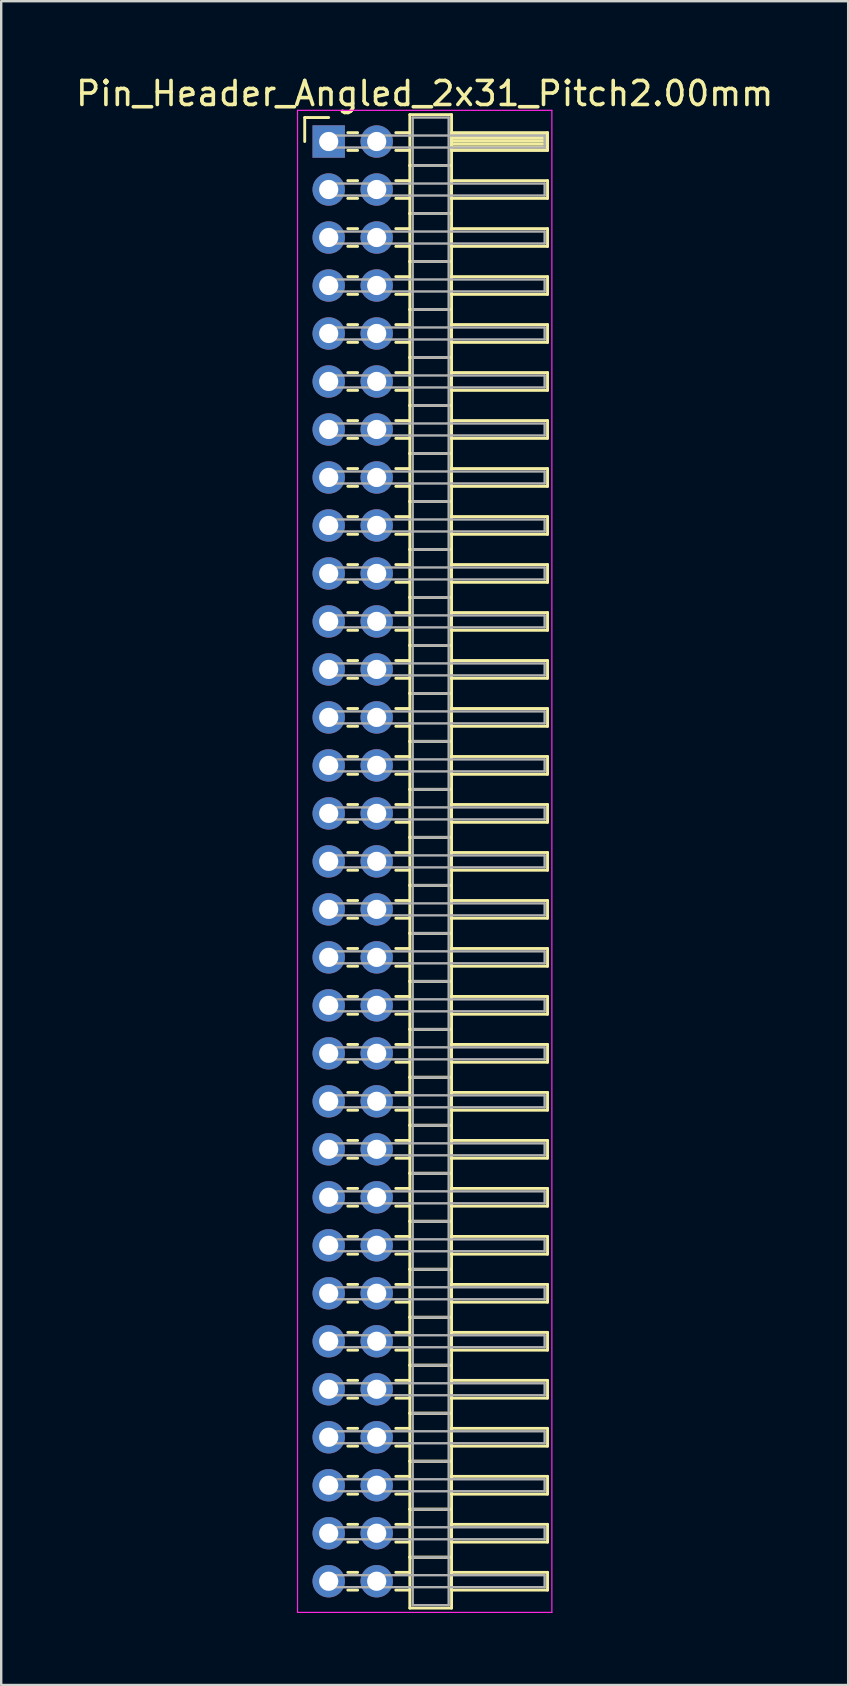
<source format=kicad_pcb>
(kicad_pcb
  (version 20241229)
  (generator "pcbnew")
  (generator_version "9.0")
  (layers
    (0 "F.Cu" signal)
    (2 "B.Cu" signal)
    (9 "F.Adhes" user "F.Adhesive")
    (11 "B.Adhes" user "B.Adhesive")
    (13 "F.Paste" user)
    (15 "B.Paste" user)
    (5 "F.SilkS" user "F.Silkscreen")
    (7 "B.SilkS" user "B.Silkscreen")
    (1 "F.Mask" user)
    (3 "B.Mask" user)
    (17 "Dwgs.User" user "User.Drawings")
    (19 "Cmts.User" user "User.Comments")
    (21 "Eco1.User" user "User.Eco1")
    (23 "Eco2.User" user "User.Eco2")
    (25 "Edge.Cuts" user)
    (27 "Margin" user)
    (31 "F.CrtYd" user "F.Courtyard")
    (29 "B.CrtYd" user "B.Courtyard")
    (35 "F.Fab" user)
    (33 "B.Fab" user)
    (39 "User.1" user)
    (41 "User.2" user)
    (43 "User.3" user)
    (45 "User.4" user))
  (footprint "Pin_Header_Angled_2x31_Pitch2.00mm"
    (layer "F.Cu")
    (at 10.649 2.848)
    (property "Reference" "Pin_Header_Angled_2x31_Pitch2.00mm" (at 4 -2 0) (layer "F.SilkS") (effects (font (size 1 1) (thickness 0.15))))
    (attr through_hole)
    (fp_line (start -1 -1) (end 0 -1) (stroke (width 0.12) (type solid)) (layer "F.SilkS"))
    (fp_line (start -1 0) (end -1 -1) (stroke (width 0.12) (type solid)) (layer "F.SilkS"))
    (fp_line (start 0.795 -0.37) (end 1.205 -0.37) (stroke (width 0.12) (type solid)) (layer "F.SilkS"))
    (fp_line (start 0.795 0.37) (end 1.205 0.37) (stroke (width 0.12) (type solid)) (layer "F.SilkS"))
    (fp_line (start 0.795 1.63) (end 1.205 1.63) (stroke (width 0.12) (type solid)) (layer "F.SilkS"))
    (fp_line (start 0.795 2.37) (end 1.205 2.37) (stroke (width 0.12) (type solid)) (layer "F.SilkS"))
    (fp_line (start 0.795 3.63) (end 1.205 3.63) (stroke (width 0.12) (type solid)) (layer "F.SilkS"))
    (fp_line (start 0.795 4.37) (end 1.205 4.37) (stroke (width 0.12) (type solid)) (layer "F.SilkS"))
    (fp_line (start 0.795 5.63) (end 1.205 5.63) (stroke (width 0.12) (type solid)) (layer "F.SilkS"))
    (fp_line (start 0.795 6.37) (end 1.205 6.37) (stroke (width 0.12) (type solid)) (layer "F.SilkS"))
    (fp_line (start 0.795 7.63) (end 1.205 7.63) (stroke (width 0.12) (type solid)) (layer "F.SilkS"))
    (fp_line (start 0.795 8.37) (end 1.205 8.37) (stroke (width 0.12) (type solid)) (layer "F.SilkS"))
    (fp_line (start 0.795 9.63) (end 1.205 9.63) (stroke (width 0.12) (type solid)) (layer "F.SilkS"))
    (fp_line (start 0.795 10.37) (end 1.205 10.37) (stroke (width 0.12) (type solid)) (layer "F.SilkS"))
    (fp_line (start 0.795 11.63) (end 1.205 11.63) (stroke (width 0.12) (type solid)) (layer "F.SilkS"))
    (fp_line (start 0.795 12.37) (end 1.205 12.37) (stroke (width 0.12) (type solid)) (layer "F.SilkS"))
    (fp_line (start 0.795 13.63) (end 1.205 13.63) (stroke (width 0.12) (type solid)) (layer "F.SilkS"))
    (fp_line (start 0.795 14.37) (end 1.205 14.37) (stroke (width 0.12) (type solid)) (layer "F.SilkS"))
    (fp_line (start 0.795 15.63) (end 1.205 15.63) (stroke (width 0.12) (type solid)) (layer "F.SilkS"))
    (fp_line (start 0.795 16.37) (end 1.205 16.37) (stroke (width 0.12) (type solid)) (layer "F.SilkS"))
    (fp_line (start 0.795 17.63) (end 1.205 17.63) (stroke (width 0.12) (type solid)) (layer "F.SilkS"))
    (fp_line (start 0.795 18.37) (end 1.205 18.37) (stroke (width 0.12) (type solid)) (layer "F.SilkS"))
    (fp_line (start 0.795 19.63) (end 1.205 19.63) (stroke (width 0.12) (type solid)) (layer "F.SilkS"))
    (fp_line (start 0.795 20.37) (end 1.205 20.37) (stroke (width 0.12) (type solid)) (layer "F.SilkS"))
    (fp_line (start 0.795 21.63) (end 1.205 21.63) (stroke (width 0.12) (type solid)) (layer "F.SilkS"))
    (fp_line (start 0.795 22.37) (end 1.205 22.37) (stroke (width 0.12) (type solid)) (layer "F.SilkS"))
    (fp_line (start 0.795 23.63) (end 1.205 23.63) (stroke (width 0.12) (type solid)) (layer "F.SilkS"))
    (fp_line (start 0.795 24.37) (end 1.205 24.37) (stroke (width 0.12) (type solid)) (layer "F.SilkS"))
    (fp_line (start 0.795 25.63) (end 1.205 25.63) (stroke (width 0.12) (type solid)) (layer "F.SilkS"))
    (fp_line (start 0.795 26.37) (end 1.205 26.37) (stroke (width 0.12) (type solid)) (layer "F.SilkS"))
    (fp_line (start 0.795 27.63) (end 1.205 27.63) (stroke (width 0.12) (type solid)) (layer "F.SilkS"))
    (fp_line (start 0.795 28.37) (end 1.205 28.37) (stroke (width 0.12) (type solid)) (layer "F.SilkS"))
    (fp_line (start 0.795 29.63) (end 1.205 29.63) (stroke (width 0.12) (type solid)) (layer "F.SilkS"))
    (fp_line (start 0.795 30.37) (end 1.205 30.37) (stroke (width 0.12) (type solid)) (layer "F.SilkS"))
    (fp_line (start 0.795 31.63) (end 1.205 31.63) (stroke (width 0.12) (type solid)) (layer "F.SilkS"))
    (fp_line (start 0.795 32.37) (end 1.205 32.37) (stroke (width 0.12) (type solid)) (layer "F.SilkS"))
    (fp_line (start 0.795 33.63) (end 1.205 33.63) (stroke (width 0.12) (type solid)) (layer "F.SilkS"))
    (fp_line (start 0.795 34.37) (end 1.205 34.37) (stroke (width 0.12) (type solid)) (layer "F.SilkS"))
    (fp_line (start 0.795 35.63) (end 1.205 35.63) (stroke (width 0.12) (type solid)) (layer "F.SilkS"))
    (fp_line (start 0.795 36.37) (end 1.205 36.37) (stroke (width 0.12) (type solid)) (layer "F.SilkS"))
    (fp_line (start 0.795 37.63) (end 1.205 37.63) (stroke (width 0.12) (type solid)) (layer "F.SilkS"))
    (fp_line (start 0.795 38.37) (end 1.205 38.37) (stroke (width 0.12) (type solid)) (layer "F.SilkS"))
    (fp_line (start 0.795 39.63) (end 1.205 39.63) (stroke (width 0.12) (type solid)) (layer "F.SilkS"))
    (fp_line (start 0.795 40.37) (end 1.205 40.37) (stroke (width 0.12) (type solid)) (layer "F.SilkS"))
    (fp_line (start 0.795 41.63) (end 1.205 41.63) (stroke (width 0.12) (type solid)) (layer "F.SilkS"))
    (fp_line (start 0.795 42.37) (end 1.205 42.37) (stroke (width 0.12) (type solid)) (layer "F.SilkS"))
    (fp_line (start 0.795 43.63) (end 1.205 43.63) (stroke (width 0.12) (type solid)) (layer "F.SilkS"))
    (fp_line (start 0.795 44.37) (end 1.205 44.37) (stroke (width 0.12) (type solid)) (layer "F.SilkS"))
    (fp_line (start 0.795 45.63) (end 1.205 45.63) (stroke (width 0.12) (type solid)) (layer "F.SilkS"))
    (fp_line (start 0.795 46.37) (end 1.205 46.37) (stroke (width 0.12) (type solid)) (layer "F.SilkS"))
    (fp_line (start 0.795 47.63) (end 1.205 47.63) (stroke (width 0.12) (type solid)) (layer "F.SilkS"))
    (fp_line (start 0.795 48.37) (end 1.205 48.37) (stroke (width 0.12) (type solid)) (layer "F.SilkS"))
    (fp_line (start 0.795 49.63) (end 1.205 49.63) (stroke (width 0.12) (type solid)) (layer "F.SilkS"))
    (fp_line (start 0.795 50.37) (end 1.205 50.37) (stroke (width 0.12) (type solid)) (layer "F.SilkS"))
    (fp_line (start 0.795 51.63) (end 1.205 51.63) (stroke (width 0.12) (type solid)) (layer "F.SilkS"))
    (fp_line (start 0.795 52.37) (end 1.205 52.37) (stroke (width 0.12) (type solid)) (layer "F.SilkS"))
    (fp_line (start 0.795 53.63) (end 1.205 53.63) (stroke (width 0.12) (type solid)) (layer "F.SilkS"))
    (fp_line (start 0.795 54.37) (end 1.205 54.37) (stroke (width 0.12) (type solid)) (layer "F.SilkS"))
    (fp_line (start 0.795 55.63) (end 1.205 55.63) (stroke (width 0.12) (type solid)) (layer "F.SilkS"))
    (fp_line (start 0.795 56.37) (end 1.205 56.37) (stroke (width 0.12) (type solid)) (layer "F.SilkS"))
    (fp_line (start 0.795 57.63) (end 1.205 57.63) (stroke (width 0.12) (type solid)) (layer "F.SilkS"))
    (fp_line (start 0.795 58.37) (end 1.205 58.37) (stroke (width 0.12) (type solid)) (layer "F.SilkS"))
    (fp_line (start 0.795 59.63) (end 1.205 59.63) (stroke (width 0.12) (type solid)) (layer "F.SilkS"))
    (fp_line (start 0.795 60.37) (end 1.205 60.37) (stroke (width 0.12) (type solid)) (layer "F.SilkS"))
    (fp_line (start 2.795 -0.37) (end 3.38 -0.37) (stroke (width 0.12) (type solid)) (layer "F.SilkS"))
    (fp_line (start 2.795 0.37) (end 3.38 0.37) (stroke (width 0.12) (type solid)) (layer "F.SilkS"))
    (fp_line (start 2.795 1.63) (end 3.38 1.63) (stroke (width 0.12) (type solid)) (layer "F.SilkS"))
    (fp_line (start 2.795 2.37) (end 3.38 2.37) (stroke (width 0.12) (type solid)) (layer "F.SilkS"))
    (fp_line (start 2.795 3.63) (end 3.38 3.63) (stroke (width 0.12) (type solid)) (layer "F.SilkS"))
    (fp_line (start 2.795 4.37) (end 3.38 4.37) (stroke (width 0.12) (type solid)) (layer "F.SilkS"))
    (fp_line (start 2.795 5.63) (end 3.38 5.63) (stroke (width 0.12) (type solid)) (layer "F.SilkS"))
    (fp_line (start 2.795 6.37) (end 3.38 6.37) (stroke (width 0.12) (type solid)) (layer "F.SilkS"))
    (fp_line (start 2.795 7.63) (end 3.38 7.63) (stroke (width 0.12) (type solid)) (layer "F.SilkS"))
    (fp_line (start 2.795 8.37) (end 3.38 8.37) (stroke (width 0.12) (type solid)) (layer "F.SilkS"))
    (fp_line (start 2.795 9.63) (end 3.38 9.63) (stroke (width 0.12) (type solid)) (layer "F.SilkS"))
    (fp_line (start 2.795 10.37) (end 3.38 10.37) (stroke (width 0.12) (type solid)) (layer "F.SilkS"))
    (fp_line (start 2.795 11.63) (end 3.38 11.63) (stroke (width 0.12) (type solid)) (layer "F.SilkS"))
    (fp_line (start 2.795 12.37) (end 3.38 12.37) (stroke (width 0.12) (type solid)) (layer "F.SilkS"))
    (fp_line (start 2.795 13.63) (end 3.38 13.63) (stroke (width 0.12) (type solid)) (layer "F.SilkS"))
    (fp_line (start 2.795 14.37) (end 3.38 14.37) (stroke (width 0.12) (type solid)) (layer "F.SilkS"))
    (fp_line (start 2.795 15.63) (end 3.38 15.63) (stroke (width 0.12) (type solid)) (layer "F.SilkS"))
    (fp_line (start 2.795 16.37) (end 3.38 16.37) (stroke (width 0.12) (type solid)) (layer "F.SilkS"))
    (fp_line (start 2.795 17.63) (end 3.38 17.63) (stroke (width 0.12) (type solid)) (layer "F.SilkS"))
    (fp_line (start 2.795 18.37) (end 3.38 18.37) (stroke (width 0.12) (type solid)) (layer "F.SilkS"))
    (fp_line (start 2.795 19.63) (end 3.38 19.63) (stroke (width 0.12) (type solid)) (layer "F.SilkS"))
    (fp_line (start 2.795 20.37) (end 3.38 20.37) (stroke (width 0.12) (type solid)) (layer "F.SilkS"))
    (fp_line (start 2.795 21.63) (end 3.38 21.63) (stroke (width 0.12) (type solid)) (layer "F.SilkS"))
    (fp_line (start 2.795 22.37) (end 3.38 22.37) (stroke (width 0.12) (type solid)) (layer "F.SilkS"))
    (fp_line (start 2.795 23.63) (end 3.38 23.63) (stroke (width 0.12) (type solid)) (layer "F.SilkS"))
    (fp_line (start 2.795 24.37) (end 3.38 24.37) (stroke (width 0.12) (type solid)) (layer "F.SilkS"))
    (fp_line (start 2.795 25.63) (end 3.38 25.63) (stroke (width 0.12) (type solid)) (layer "F.SilkS"))
    (fp_line (start 2.795 26.37) (end 3.38 26.37) (stroke (width 0.12) (type solid)) (layer "F.SilkS"))
    (fp_line (start 2.795 27.63) (end 3.38 27.63) (stroke (width 0.12) (type solid)) (layer "F.SilkS"))
    (fp_line (start 2.795 28.37) (end 3.38 28.37) (stroke (width 0.12) (type solid)) (layer "F.SilkS"))
    (fp_line (start 2.795 29.63) (end 3.38 29.63) (stroke (width 0.12) (type solid)) (layer "F.SilkS"))
    (fp_line (start 2.795 30.37) (end 3.38 30.37) (stroke (width 0.12) (type solid)) (layer "F.SilkS"))
    (fp_line (start 2.795 31.63) (end 3.38 31.63) (stroke (width 0.12) (type solid)) (layer "F.SilkS"))
    (fp_line (start 2.795 32.37) (end 3.38 32.37) (stroke (width 0.12) (type solid)) (layer "F.SilkS"))
    (fp_line (start 2.795 33.63) (end 3.38 33.63) (stroke (width 0.12) (type solid)) (layer "F.SilkS"))
    (fp_line (start 2.795 34.37) (end 3.38 34.37) (stroke (width 0.12) (type solid)) (layer "F.SilkS"))
    (fp_line (start 2.795 35.63) (end 3.38 35.63) (stroke (width 0.12) (type solid)) (layer "F.SilkS"))
    (fp_line (start 2.795 36.37) (end 3.38 36.37) (stroke (width 0.12) (type solid)) (layer "F.SilkS"))
    (fp_line (start 2.795 37.63) (end 3.38 37.63) (stroke (width 0.12) (type solid)) (layer "F.SilkS"))
    (fp_line (start 2.795 38.37) (end 3.38 38.37) (stroke (width 0.12) (type solid)) (layer "F.SilkS"))
    (fp_line (start 2.795 39.63) (end 3.38 39.63) (stroke (width 0.12) (type solid)) (layer "F.SilkS"))
    (fp_line (start 2.795 40.37) (end 3.38 40.37) (stroke (width 0.12) (type solid)) (layer "F.SilkS"))
    (fp_line (start 2.795 41.63) (end 3.38 41.63) (stroke (width 0.12) (type solid)) (layer "F.SilkS"))
    (fp_line (start 2.795 42.37) (end 3.38 42.37) (stroke (width 0.12) (type solid)) (layer "F.SilkS"))
    (fp_line (start 2.795 43.63) (end 3.38 43.63) (stroke (width 0.12) (type solid)) (layer "F.SilkS"))
    (fp_line (start 2.795 44.37) (end 3.38 44.37) (stroke (width 0.12) (type solid)) (layer "F.SilkS"))
    (fp_line (start 2.795 45.63) (end 3.38 45.63) (stroke (width 0.12) (type solid)) (layer "F.SilkS"))
    (fp_line (start 2.795 46.37) (end 3.38 46.37) (stroke (width 0.12) (type solid)) (layer "F.SilkS"))
    (fp_line (start 2.795 47.63) (end 3.38 47.63) (stroke (width 0.12) (type solid)) (layer "F.SilkS"))
    (fp_line (start 2.795 48.37) (end 3.38 48.37) (stroke (width 0.12) (type solid)) (layer "F.SilkS"))
    (fp_line (start 2.795 49.63) (end 3.38 49.63) (stroke (width 0.12) (type solid)) (layer "F.SilkS"))
    (fp_line (start 2.795 50.37) (end 3.38 50.37) (stroke (width 0.12) (type solid)) (layer "F.SilkS"))
    (fp_line (start 2.795 51.63) (end 3.38 51.63) (stroke (width 0.12) (type solid)) (layer "F.SilkS"))
    (fp_line (start 2.795 52.37) (end 3.38 52.37) (stroke (width 0.12) (type solid)) (layer "F.SilkS"))
    (fp_line (start 2.795 53.63) (end 3.38 53.63) (stroke (width 0.12) (type solid)) (layer "F.SilkS"))
    (fp_line (start 2.795 54.37) (end 3.38 54.37) (stroke (width 0.12) (type solid)) (layer "F.SilkS"))
    (fp_line (start 2.795 55.63) (end 3.38 55.63) (stroke (width 0.12) (type solid)) (layer "F.SilkS"))
    (fp_line (start 2.795 56.37) (end 3.38 56.37) (stroke (width 0.12) (type solid)) (layer "F.SilkS"))
    (fp_line (start 2.795 57.63) (end 3.38 57.63) (stroke (width 0.12) (type solid)) (layer "F.SilkS"))
    (fp_line (start 2.795 58.37) (end 3.38 58.37) (stroke (width 0.12) (type solid)) (layer "F.SilkS"))
    (fp_line (start 2.795 59.63) (end 3.38 59.63) (stroke (width 0.12) (type solid)) (layer "F.SilkS"))
    (fp_line (start 2.795 60.37) (end 3.38 60.37) (stroke (width 0.12) (type solid)) (layer "F.SilkS"))
    (fp_line (start 3.38 -1.12) (end 3.38 1) (stroke (width 0.12) (type solid)) (layer "F.SilkS"))
    (fp_line (start 3.38 1) (end 3.38 3) (stroke (width 0.12) (type solid)) (layer "F.SilkS"))
    (fp_line (start 3.38 1) (end 5.12 1) (stroke (width 0.12) (type solid)) (layer "F.SilkS"))
    (fp_line (start 3.38 3) (end 3.38 5) (stroke (width 0.12) (type solid)) (layer "F.SilkS"))
    (fp_line (start 3.38 3) (end 5.12 3) (stroke (width 0.12) (type solid)) (layer "F.SilkS"))
    (fp_line (start 3.38 5) (end 3.38 7) (stroke (width 0.12) (type solid)) (layer "F.SilkS"))
    (fp_line (start 3.38 5) (end 5.12 5) (stroke (width 0.12) (type solid)) (layer "F.SilkS"))
    (fp_line (start 3.38 7) (end 3.38 9) (stroke (width 0.12) (type solid)) (layer "F.SilkS"))
    (fp_line (start 3.38 7) (end 5.12 7) (stroke (width 0.12) (type solid)) (layer "F.SilkS"))
    (fp_line (start 3.38 9) (end 3.38 11) (stroke (width 0.12) (type solid)) (layer "F.SilkS"))
    (fp_line (start 3.38 9) (end 5.12 9) (stroke (width 0.12) (type solid)) (layer "F.SilkS"))
    (fp_line (start 3.38 11) (end 3.38 13) (stroke (width 0.12) (type solid)) (layer "F.SilkS"))
    (fp_line (start 3.38 11) (end 5.12 11) (stroke (width 0.12) (type solid)) (layer "F.SilkS"))
    (fp_line (start 3.38 13) (end 3.38 15) (stroke (width 0.12) (type solid)) (layer "F.SilkS"))
    (fp_line (start 3.38 13) (end 5.12 13) (stroke (width 0.12) (type solid)) (layer "F.SilkS"))
    (fp_line (start 3.38 15) (end 3.38 17) (stroke (width 0.12) (type solid)) (layer "F.SilkS"))
    (fp_line (start 3.38 15) (end 5.12 15) (stroke (width 0.12) (type solid)) (layer "F.SilkS"))
    (fp_line (start 3.38 17) (end 3.38 19) (stroke (width 0.12) (type solid)) (layer "F.SilkS"))
    (fp_line (start 3.38 17) (end 5.12 17) (stroke (width 0.12) (type solid)) (layer "F.SilkS"))
    (fp_line (start 3.38 19) (end 3.38 21) (stroke (width 0.12) (type solid)) (layer "F.SilkS"))
    (fp_line (start 3.38 19) (end 5.12 19) (stroke (width 0.12) (type solid)) (layer "F.SilkS"))
    (fp_line (start 3.38 21) (end 3.38 23) (stroke (width 0.12) (type solid)) (layer "F.SilkS"))
    (fp_line (start 3.38 21) (end 5.12 21) (stroke (width 0.12) (type solid)) (layer "F.SilkS"))
    (fp_line (start 3.38 23) (end 3.38 25) (stroke (width 0.12) (type solid)) (layer "F.SilkS"))
    (fp_line (start 3.38 23) (end 5.12 23) (stroke (width 0.12) (type solid)) (layer "F.SilkS"))
    (fp_line (start 3.38 25) (end 3.38 27) (stroke (width 0.12) (type solid)) (layer "F.SilkS"))
    (fp_line (start 3.38 25) (end 5.12 25) (stroke (width 0.12) (type solid)) (layer "F.SilkS"))
    (fp_line (start 3.38 27) (end 3.38 29) (stroke (width 0.12) (type solid)) (layer "F.SilkS"))
    (fp_line (start 3.38 27) (end 5.12 27) (stroke (width 0.12) (type solid)) (layer "F.SilkS"))
    (fp_line (start 3.38 29) (end 3.38 31) (stroke (width 0.12) (type solid)) (layer "F.SilkS"))
    (fp_line (start 3.38 29) (end 5.12 29) (stroke (width 0.12) (type solid)) (layer "F.SilkS"))
    (fp_line (start 3.38 31) (end 3.38 33) (stroke (width 0.12) (type solid)) (layer "F.SilkS"))
    (fp_line (start 3.38 31) (end 5.12 31) (stroke (width 0.12) (type solid)) (layer "F.SilkS"))
    (fp_line (start 3.38 33) (end 3.38 35) (stroke (width 0.12) (type solid)) (layer "F.SilkS"))
    (fp_line (start 3.38 33) (end 5.12 33) (stroke (width 0.12) (type solid)) (layer "F.SilkS"))
    (fp_line (start 3.38 35) (end 3.38 37) (stroke (width 0.12) (type solid)) (layer "F.SilkS"))
    (fp_line (start 3.38 35) (end 5.12 35) (stroke (width 0.12) (type solid)) (layer "F.SilkS"))
    (fp_line (start 3.38 37) (end 3.38 39) (stroke (width 0.12) (type solid)) (layer "F.SilkS"))
    (fp_line (start 3.38 37) (end 5.12 37) (stroke (width 0.12) (type solid)) (layer "F.SilkS"))
    (fp_line (start 3.38 39) (end 3.38 41) (stroke (width 0.12) (type solid)) (layer "F.SilkS"))
    (fp_line (start 3.38 39) (end 5.12 39) (stroke (width 0.12) (type solid)) (layer "F.SilkS"))
    (fp_line (start 3.38 41) (end 3.38 43) (stroke (width 0.12) (type solid)) (layer "F.SilkS"))
    (fp_line (start 3.38 41) (end 5.12 41) (stroke (width 0.12) (type solid)) (layer "F.SilkS"))
    (fp_line (start 3.38 43) (end 3.38 45) (stroke (width 0.12) (type solid)) (layer "F.SilkS"))
    (fp_line (start 3.38 43) (end 5.12 43) (stroke (width 0.12) (type solid)) (layer "F.SilkS"))
    (fp_line (start 3.38 45) (end 3.38 47) (stroke (width 0.12) (type solid)) (layer "F.SilkS"))
    (fp_line (start 3.38 45) (end 5.12 45) (stroke (width 0.12) (type solid)) (layer "F.SilkS"))
    (fp_line (start 3.38 47) (end 3.38 49) (stroke (width 0.12) (type solid)) (layer "F.SilkS"))
    (fp_line (start 3.38 47) (end 5.12 47) (stroke (width 0.12) (type solid)) (layer "F.SilkS"))
    (fp_line (start 3.38 49) (end 3.38 51) (stroke (width 0.12) (type solid)) (layer "F.SilkS"))
    (fp_line (start 3.38 49) (end 5.12 49) (stroke (width 0.12) (type solid)) (layer "F.SilkS"))
    (fp_line (start 3.38 51) (end 3.38 53) (stroke (width 0.12) (type solid)) (layer "F.SilkS"))
    (fp_line (start 3.38 51) (end 5.12 51) (stroke (width 0.12) (type solid)) (layer "F.SilkS"))
    (fp_line (start 3.38 53) (end 3.38 55) (stroke (width 0.12) (type solid)) (layer "F.SilkS"))
    (fp_line (start 3.38 53) (end 5.12 53) (stroke (width 0.12) (type solid)) (layer "F.SilkS"))
    (fp_line (start 3.38 55) (end 3.38 57) (stroke (width 0.12) (type solid)) (layer "F.SilkS"))
    (fp_line (start 3.38 55) (end 5.12 55) (stroke (width 0.12) (type solid)) (layer "F.SilkS"))
    (fp_line (start 3.38 57) (end 3.38 59) (stroke (width 0.12) (type solid)) (layer "F.SilkS"))
    (fp_line (start 3.38 57) (end 5.12 57) (stroke (width 0.12) (type solid)) (layer "F.SilkS"))
    (fp_line (start 3.38 59) (end 3.38 61.12) (stroke (width 0.12) (type solid)) (layer "F.SilkS"))
    (fp_line (start 3.38 59) (end 5.12 59) (stroke (width 0.12) (type solid)) (layer "F.SilkS"))
    (fp_line (start 3.38 61.12) (end 5.12 61.12) (stroke (width 0.12) (type solid)) (layer "F.SilkS"))
    (fp_line (start 5.12 -1.12) (end 3.38 -1.12) (stroke (width 0.12) (type solid)) (layer "F.SilkS"))
    (fp_line (start 5.12 -0.37) (end 5.12 0.37) (stroke (width 0.12) (type solid)) (layer "F.SilkS"))
    (fp_line (start 5.12 -0.25) (end 9.12 -0.25) (stroke (width 0.12) (type solid)) (layer "F.SilkS"))
    (fp_line (start 5.12 -0.13) (end 9.12 -0.13) (stroke (width 0.12) (type solid)) (layer "F.SilkS"))
    (fp_line (start 5.12 -0.01) (end 9.12 -0.01) (stroke (width 0.12) (type solid)) (layer "F.SilkS"))
    (fp_line (start 5.12 0.11) (end 9.12 0.11) (stroke (width 0.12) (type solid)) (layer "F.SilkS"))
    (fp_line (start 5.12 0.23) (end 9.12 0.23) (stroke (width 0.12) (type solid)) (layer "F.SilkS"))
    (fp_line (start 5.12 0.35) (end 9.12 0.35) (stroke (width 0.12) (type solid)) (layer "F.SilkS"))
    (fp_line (start 5.12 0.37) (end 9.12 0.37) (stroke (width 0.12) (type solid)) (layer "F.SilkS"))
    (fp_line (start 5.12 1) (end 3.38 1) (stroke (width 0.12) (type solid)) (layer "F.SilkS"))
    (fp_line (start 5.12 1) (end 5.12 -1.12) (stroke (width 0.12) (type solid)) (layer "F.SilkS"))
    (fp_line (start 5.12 1.63) (end 5.12 2.37) (stroke (width 0.12) (type solid)) (layer "F.SilkS"))
    (fp_line (start 5.12 2.37) (end 9.12 2.37) (stroke (width 0.12) (type solid)) (layer "F.SilkS"))
    (fp_line (start 5.12 3) (end 3.38 3) (stroke (width 0.12) (type solid)) (layer "F.SilkS"))
    (fp_line (start 5.12 3) (end 5.12 1) (stroke (width 0.12) (type solid)) (layer "F.SilkS"))
    (fp_line (start 5.12 3.63) (end 5.12 4.37) (stroke (width 0.12) (type solid)) (layer "F.SilkS"))
    (fp_line (start 5.12 4.37) (end 9.12 4.37) (stroke (width 0.12) (type solid)) (layer "F.SilkS"))
    (fp_line (start 5.12 5) (end 3.38 5) (stroke (width 0.12) (type solid)) (layer "F.SilkS"))
    (fp_line (start 5.12 5) (end 5.12 3) (stroke (width 0.12) (type solid)) (layer "F.SilkS"))
    (fp_line (start 5.12 5.63) (end 5.12 6.37) (stroke (width 0.12) (type solid)) (layer "F.SilkS"))
    (fp_line (start 5.12 6.37) (end 9.12 6.37) (stroke (width 0.12) (type solid)) (layer "F.SilkS"))
    (fp_line (start 5.12 7) (end 3.38 7) (stroke (width 0.12) (type solid)) (layer "F.SilkS"))
    (fp_line (start 5.12 7) (end 5.12 5) (stroke (width 0.12) (type solid)) (layer "F.SilkS"))
    (fp_line (start 5.12 7.63) (end 5.12 8.37) (stroke (width 0.12) (type solid)) (layer "F.SilkS"))
    (fp_line (start 5.12 8.37) (end 9.12 8.37) (stroke (width 0.12) (type solid)) (layer "F.SilkS"))
    (fp_line (start 5.12 9) (end 3.38 9) (stroke (width 0.12) (type solid)) (layer "F.SilkS"))
    (fp_line (start 5.12 9) (end 5.12 7) (stroke (width 0.12) (type solid)) (layer "F.SilkS"))
    (fp_line (start 5.12 9.63) (end 5.12 10.37) (stroke (width 0.12) (type solid)) (layer "F.SilkS"))
    (fp_line (start 5.12 10.37) (end 9.12 10.37) (stroke (width 0.12) (type solid)) (layer "F.SilkS"))
    (fp_line (start 5.12 11) (end 3.38 11) (stroke (width 0.12) (type solid)) (layer "F.SilkS"))
    (fp_line (start 5.12 11) (end 5.12 9) (stroke (width 0.12) (type solid)) (layer "F.SilkS"))
    (fp_line (start 5.12 11.63) (end 5.12 12.37) (stroke (width 0.12) (type solid)) (layer "F.SilkS"))
    (fp_line (start 5.12 12.37) (end 9.12 12.37) (stroke (width 0.12) (type solid)) (layer "F.SilkS"))
    (fp_line (start 5.12 13) (end 3.38 13) (stroke (width 0.12) (type solid)) (layer "F.SilkS"))
    (fp_line (start 5.12 13) (end 5.12 11) (stroke (width 0.12) (type solid)) (layer "F.SilkS"))
    (fp_line (start 5.12 13.63) (end 5.12 14.37) (stroke (width 0.12) (type solid)) (layer "F.SilkS"))
    (fp_line (start 5.12 14.37) (end 9.12 14.37) (stroke (width 0.12) (type solid)) (layer "F.SilkS"))
    (fp_line (start 5.12 15) (end 3.38 15) (stroke (width 0.12) (type solid)) (layer "F.SilkS"))
    (fp_line (start 5.12 15) (end 5.12 13) (stroke (width 0.12) (type solid)) (layer "F.SilkS"))
    (fp_line (start 5.12 15.63) (end 5.12 16.37) (stroke (width 0.12) (type solid)) (layer "F.SilkS"))
    (fp_line (start 5.12 16.37) (end 9.12 16.37) (stroke (width 0.12) (type solid)) (layer "F.SilkS"))
    (fp_line (start 5.12 17) (end 3.38 17) (stroke (width 0.12) (type solid)) (layer "F.SilkS"))
    (fp_line (start 5.12 17) (end 5.12 15) (stroke (width 0.12) (type solid)) (layer "F.SilkS"))
    (fp_line (start 5.12 17.63) (end 5.12 18.37) (stroke (width 0.12) (type solid)) (layer "F.SilkS"))
    (fp_line (start 5.12 18.37) (end 9.12 18.37) (stroke (width 0.12) (type solid)) (layer "F.SilkS"))
    (fp_line (start 5.12 19) (end 3.38 19) (stroke (width 0.12) (type solid)) (layer "F.SilkS"))
    (fp_line (start 5.12 19) (end 5.12 17) (stroke (width 0.12) (type solid)) (layer "F.SilkS"))
    (fp_line (start 5.12 19.63) (end 5.12 20.37) (stroke (width 0.12) (type solid)) (layer "F.SilkS"))
    (fp_line (start 5.12 20.37) (end 9.12 20.37) (stroke (width 0.12) (type solid)) (layer "F.SilkS"))
    (fp_line (start 5.12 21) (end 3.38 21) (stroke (width 0.12) (type solid)) (layer "F.SilkS"))
    (fp_line (start 5.12 21) (end 5.12 19) (stroke (width 0.12) (type solid)) (layer "F.SilkS"))
    (fp_line (start 5.12 21.63) (end 5.12 22.37) (stroke (width 0.12) (type solid)) (layer "F.SilkS"))
    (fp_line (start 5.12 22.37) (end 9.12 22.37) (stroke (width 0.12) (type solid)) (layer "F.SilkS"))
    (fp_line (start 5.12 23) (end 3.38 23) (stroke (width 0.12) (type solid)) (layer "F.SilkS"))
    (fp_line (start 5.12 23) (end 5.12 21) (stroke (width 0.12) (type solid)) (layer "F.SilkS"))
    (fp_line (start 5.12 23.63) (end 5.12 24.37) (stroke (width 0.12) (type solid)) (layer "F.SilkS"))
    (fp_line (start 5.12 24.37) (end 9.12 24.37) (stroke (width 0.12) (type solid)) (layer "F.SilkS"))
    (fp_line (start 5.12 25) (end 3.38 25) (stroke (width 0.12) (type solid)) (layer "F.SilkS"))
    (fp_line (start 5.12 25) (end 5.12 23) (stroke (width 0.12) (type solid)) (layer "F.SilkS"))
    (fp_line (start 5.12 25.63) (end 5.12 26.37) (stroke (width 0.12) (type solid)) (layer "F.SilkS"))
    (fp_line (start 5.12 26.37) (end 9.12 26.37) (stroke (width 0.12) (type solid)) (layer "F.SilkS"))
    (fp_line (start 5.12 27) (end 3.38 27) (stroke (width 0.12) (type solid)) (layer "F.SilkS"))
    (fp_line (start 5.12 27) (end 5.12 25) (stroke (width 0.12) (type solid)) (layer "F.SilkS"))
    (fp_line (start 5.12 27.63) (end 5.12 28.37) (stroke (width 0.12) (type solid)) (layer "F.SilkS"))
    (fp_line (start 5.12 28.37) (end 9.12 28.37) (stroke (width 0.12) (type solid)) (layer "F.SilkS"))
    (fp_line (start 5.12 29) (end 3.38 29) (stroke (width 0.12) (type solid)) (layer "F.SilkS"))
    (fp_line (start 5.12 29) (end 5.12 27) (stroke (width 0.12) (type solid)) (layer "F.SilkS"))
    (fp_line (start 5.12 29.63) (end 5.12 30.37) (stroke (width 0.12) (type solid)) (layer "F.SilkS"))
    (fp_line (start 5.12 30.37) (end 9.12 30.37) (stroke (width 0.12) (type solid)) (layer "F.SilkS"))
    (fp_line (start 5.12 31) (end 3.38 31) (stroke (width 0.12) (type solid)) (layer "F.SilkS"))
    (fp_line (start 5.12 31) (end 5.12 29) (stroke (width 0.12) (type solid)) (layer "F.SilkS"))
    (fp_line (start 5.12 31.63) (end 5.12 32.37) (stroke (width 0.12) (type solid)) (layer "F.SilkS"))
    (fp_line (start 5.12 32.37) (end 9.12 32.37) (stroke (width 0.12) (type solid)) (layer "F.SilkS"))
    (fp_line (start 5.12 33) (end 3.38 33) (stroke (width 0.12) (type solid)) (layer "F.SilkS"))
    (fp_line (start 5.12 33) (end 5.12 31) (stroke (width 0.12) (type solid)) (layer "F.SilkS"))
    (fp_line (start 5.12 33.63) (end 5.12 34.37) (stroke (width 0.12) (type solid)) (layer "F.SilkS"))
    (fp_line (start 5.12 34.37) (end 9.12 34.37) (stroke (width 0.12) (type solid)) (layer "F.SilkS"))
    (fp_line (start 5.12 35) (end 3.38 35) (stroke (width 0.12) (type solid)) (layer "F.SilkS"))
    (fp_line (start 5.12 35) (end 5.12 33) (stroke (width 0.12) (type solid)) (layer "F.SilkS"))
    (fp_line (start 5.12 35.63) (end 5.12 36.37) (stroke (width 0.12) (type solid)) (layer "F.SilkS"))
    (fp_line (start 5.12 36.37) (end 9.12 36.37) (stroke (width 0.12) (type solid)) (layer "F.SilkS"))
    (fp_line (start 5.12 37) (end 3.38 37) (stroke (width 0.12) (type solid)) (layer "F.SilkS"))
    (fp_line (start 5.12 37) (end 5.12 35) (stroke (width 0.12) (type solid)) (layer "F.SilkS"))
    (fp_line (start 5.12 37.63) (end 5.12 38.37) (stroke (width 0.12) (type solid)) (layer "F.SilkS"))
    (fp_line (start 5.12 38.37) (end 9.12 38.37) (stroke (width 0.12) (type solid)) (layer "F.SilkS"))
    (fp_line (start 5.12 39) (end 3.38 39) (stroke (width 0.12) (type solid)) (layer "F.SilkS"))
    (fp_line (start 5.12 39) (end 5.12 37) (stroke (width 0.12) (type solid)) (layer "F.SilkS"))
    (fp_line (start 5.12 39.63) (end 5.12 40.37) (stroke (width 0.12) (type solid)) (layer "F.SilkS"))
    (fp_line (start 5.12 40.37) (end 9.12 40.37) (stroke (width 0.12) (type solid)) (layer "F.SilkS"))
    (fp_line (start 5.12 41) (end 3.38 41) (stroke (width 0.12) (type solid)) (layer "F.SilkS"))
    (fp_line (start 5.12 41) (end 5.12 39) (stroke (width 0.12) (type solid)) (layer "F.SilkS"))
    (fp_line (start 5.12 41.63) (end 5.12 42.37) (stroke (width 0.12) (type solid)) (layer "F.SilkS"))
    (fp_line (start 5.12 42.37) (end 9.12 42.37) (stroke (width 0.12) (type solid)) (layer "F.SilkS"))
    (fp_line (start 5.12 43) (end 3.38 43) (stroke (width 0.12) (type solid)) (layer "F.SilkS"))
    (fp_line (start 5.12 43) (end 5.12 41) (stroke (width 0.12) (type solid)) (layer "F.SilkS"))
    (fp_line (start 5.12 43.63) (end 5.12 44.37) (stroke (width 0.12) (type solid)) (layer "F.SilkS"))
    (fp_line (start 5.12 44.37) (end 9.12 44.37) (stroke (width 0.12) (type solid)) (layer "F.SilkS"))
    (fp_line (start 5.12 45) (end 3.38 45) (stroke (width 0.12) (type solid)) (layer "F.SilkS"))
    (fp_line (start 5.12 45) (end 5.12 43) (stroke (width 0.12) (type solid)) (layer "F.SilkS"))
    (fp_line (start 5.12 45.63) (end 5.12 46.37) (stroke (width 0.12) (type solid)) (layer "F.SilkS"))
    (fp_line (start 5.12 46.37) (end 9.12 46.37) (stroke (width 0.12) (type solid)) (layer "F.SilkS"))
    (fp_line (start 5.12 47) (end 3.38 47) (stroke (width 0.12) (type solid)) (layer "F.SilkS"))
    (fp_line (start 5.12 47) (end 5.12 45) (stroke (width 0.12) (type solid)) (layer "F.SilkS"))
    (fp_line (start 5.12 47.63) (end 5.12 48.37) (stroke (width 0.12) (type solid)) (layer "F.SilkS"))
    (fp_line (start 5.12 48.37) (end 9.12 48.37) (stroke (width 0.12) (type solid)) (layer "F.SilkS"))
    (fp_line (start 5.12 49) (end 3.38 49) (stroke (width 0.12) (type solid)) (layer "F.SilkS"))
    (fp_line (start 5.12 49) (end 5.12 47) (stroke (width 0.12) (type solid)) (layer "F.SilkS"))
    (fp_line (start 5.12 49.63) (end 5.12 50.37) (stroke (width 0.12) (type solid)) (layer "F.SilkS"))
    (fp_line (start 5.12 50.37) (end 9.12 50.37) (stroke (width 0.12) (type solid)) (layer "F.SilkS"))
    (fp_line (start 5.12 51) (end 3.38 51) (stroke (width 0.12) (type solid)) (layer "F.SilkS"))
    (fp_line (start 5.12 51) (end 5.12 49) (stroke (width 0.12) (type solid)) (layer "F.SilkS"))
    (fp_line (start 5.12 51.63) (end 5.12 52.37) (stroke (width 0.12) (type solid)) (layer "F.SilkS"))
    (fp_line (start 5.12 52.37) (end 9.12 52.37) (stroke (width 0.12) (type solid)) (layer "F.SilkS"))
    (fp_line (start 5.12 53) (end 3.38 53) (stroke (width 0.12) (type solid)) (layer "F.SilkS"))
    (fp_line (start 5.12 53) (end 5.12 51) (stroke (width 0.12) (type solid)) (layer "F.SilkS"))
    (fp_line (start 5.12 53.63) (end 5.12 54.37) (stroke (width 0.12) (type solid)) (layer "F.SilkS"))
    (fp_line (start 5.12 54.37) (end 9.12 54.37) (stroke (width 0.12) (type solid)) (layer "F.SilkS"))
    (fp_line (start 5.12 55) (end 3.38 55) (stroke (width 0.12) (type solid)) (layer "F.SilkS"))
    (fp_line (start 5.12 55) (end 5.12 53) (stroke (width 0.12) (type solid)) (layer "F.SilkS"))
    (fp_line (start 5.12 55.63) (end 5.12 56.37) (stroke (width 0.12) (type solid)) (layer "F.SilkS"))
    (fp_line (start 5.12 56.37) (end 9.12 56.37) (stroke (width 0.12) (type solid)) (layer "F.SilkS"))
    (fp_line (start 5.12 57) (end 3.38 57) (stroke (width 0.12) (type solid)) (layer "F.SilkS"))
    (fp_line (start 5.12 57) (end 5.12 55) (stroke (width 0.12) (type solid)) (layer "F.SilkS"))
    (fp_line (start 5.12 57.63) (end 5.12 58.37) (stroke (width 0.12) (type solid)) (layer "F.SilkS"))
    (fp_line (start 5.12 58.37) (end 9.12 58.37) (stroke (width 0.12) (type solid)) (layer "F.SilkS"))
    (fp_line (start 5.12 59) (end 3.38 59) (stroke (width 0.12) (type solid)) (layer "F.SilkS"))
    (fp_line (start 5.12 59) (end 5.12 57) (stroke (width 0.12) (type solid)) (layer "F.SilkS"))
    (fp_line (start 5.12 59.63) (end 5.12 60.37) (stroke (width 0.12) (type solid)) (layer "F.SilkS"))
    (fp_line (start 5.12 60.37) (end 9.12 60.37) (stroke (width 0.12) (type solid)) (layer "F.SilkS"))
    (fp_line (start 5.12 61.12) (end 5.12 59) (stroke (width 0.12) (type solid)) (layer "F.SilkS"))
    (fp_line (start 9.12 -0.37) (end 5.12 -0.37) (stroke (width 0.12) (type solid)) (layer "F.SilkS"))
    (fp_line (start 9.12 0.37) (end 9.12 -0.37) (stroke (width 0.12) (type solid)) (layer "F.SilkS"))
    (fp_line (start 9.12 1.63) (end 5.12 1.63) (stroke (width 0.12) (type solid)) (layer "F.SilkS"))
    (fp_line (start 9.12 2.37) (end 9.12 1.63) (stroke (width 0.12) (type solid)) (layer "F.SilkS"))
    (fp_line (start 9.12 3.63) (end 5.12 3.63) (stroke (width 0.12) (type solid)) (layer "F.SilkS"))
    (fp_line (start 9.12 4.37) (end 9.12 3.63) (stroke (width 0.12) (type solid)) (layer "F.SilkS"))
    (fp_line (start 9.12 5.63) (end 5.12 5.63) (stroke (width 0.12) (type solid)) (layer "F.SilkS"))
    (fp_line (start 9.12 6.37) (end 9.12 5.63) (stroke (width 0.12) (type solid)) (layer "F.SilkS"))
    (fp_line (start 9.12 7.63) (end 5.12 7.63) (stroke (width 0.12) (type solid)) (layer "F.SilkS"))
    (fp_line (start 9.12 8.37) (end 9.12 7.63) (stroke (width 0.12) (type solid)) (layer "F.SilkS"))
    (fp_line (start 9.12 9.63) (end 5.12 9.63) (stroke (width 0.12) (type solid)) (layer "F.SilkS"))
    (fp_line (start 9.12 10.37) (end 9.12 9.63) (stroke (width 0.12) (type solid)) (layer "F.SilkS"))
    (fp_line (start 9.12 11.63) (end 5.12 11.63) (stroke (width 0.12) (type solid)) (layer "F.SilkS"))
    (fp_line (start 9.12 12.37) (end 9.12 11.63) (stroke (width 0.12) (type solid)) (layer "F.SilkS"))
    (fp_line (start 9.12 13.63) (end 5.12 13.63) (stroke (width 0.12) (type solid)) (layer "F.SilkS"))
    (fp_line (start 9.12 14.37) (end 9.12 13.63) (stroke (width 0.12) (type solid)) (layer "F.SilkS"))
    (fp_line (start 9.12 15.63) (end 5.12 15.63) (stroke (width 0.12) (type solid)) (layer "F.SilkS"))
    (fp_line (start 9.12 16.37) (end 9.12 15.63) (stroke (width 0.12) (type solid)) (layer "F.SilkS"))
    (fp_line (start 9.12 17.63) (end 5.12 17.63) (stroke (width 0.12) (type solid)) (layer "F.SilkS"))
    (fp_line (start 9.12 18.37) (end 9.12 17.63) (stroke (width 0.12) (type solid)) (layer "F.SilkS"))
    (fp_line (start 9.12 19.63) (end 5.12 19.63) (stroke (width 0.12) (type solid)) (layer "F.SilkS"))
    (fp_line (start 9.12 20.37) (end 9.12 19.63) (stroke (width 0.12) (type solid)) (layer "F.SilkS"))
    (fp_line (start 9.12 21.63) (end 5.12 21.63) (stroke (width 0.12) (type solid)) (layer "F.SilkS"))
    (fp_line (start 9.12 22.37) (end 9.12 21.63) (stroke (width 0.12) (type solid)) (layer "F.SilkS"))
    (fp_line (start 9.12 23.63) (end 5.12 23.63) (stroke (width 0.12) (type solid)) (layer "F.SilkS"))
    (fp_line (start 9.12 24.37) (end 9.12 23.63) (stroke (width 0.12) (type solid)) (layer "F.SilkS"))
    (fp_line (start 9.12 25.63) (end 5.12 25.63) (stroke (width 0.12) (type solid)) (layer "F.SilkS"))
    (fp_line (start 9.12 26.37) (end 9.12 25.63) (stroke (width 0.12) (type solid)) (layer "F.SilkS"))
    (fp_line (start 9.12 27.63) (end 5.12 27.63) (stroke (width 0.12) (type solid)) (layer "F.SilkS"))
    (fp_line (start 9.12 28.37) (end 9.12 27.63) (stroke (width 0.12) (type solid)) (layer "F.SilkS"))
    (fp_line (start 9.12 29.63) (end 5.12 29.63) (stroke (width 0.12) (type solid)) (layer "F.SilkS"))
    (fp_line (start 9.12 30.37) (end 9.12 29.63) (stroke (width 0.12) (type solid)) (layer "F.SilkS"))
    (fp_line (start 9.12 31.63) (end 5.12 31.63) (stroke (width 0.12) (type solid)) (layer "F.SilkS"))
    (fp_line (start 9.12 32.37) (end 9.12 31.63) (stroke (width 0.12) (type solid)) (layer "F.SilkS"))
    (fp_line (start 9.12 33.63) (end 5.12 33.63) (stroke (width 0.12) (type solid)) (layer "F.SilkS"))
    (fp_line (start 9.12 34.37) (end 9.12 33.63) (stroke (width 0.12) (type solid)) (layer "F.SilkS"))
    (fp_line (start 9.12 35.63) (end 5.12 35.63) (stroke (width 0.12) (type solid)) (layer "F.SilkS"))
    (fp_line (start 9.12 36.37) (end 9.12 35.63) (stroke (width 0.12) (type solid)) (layer "F.SilkS"))
    (fp_line (start 9.12 37.63) (end 5.12 37.63) (stroke (width 0.12) (type solid)) (layer "F.SilkS"))
    (fp_line (start 9.12 38.37) (end 9.12 37.63) (stroke (width 0.12) (type solid)) (layer "F.SilkS"))
    (fp_line (start 9.12 39.63) (end 5.12 39.63) (stroke (width 0.12) (type solid)) (layer "F.SilkS"))
    (fp_line (start 9.12 40.37) (end 9.12 39.63) (stroke (width 0.12) (type solid)) (layer "F.SilkS"))
    (fp_line (start 9.12 41.63) (end 5.12 41.63) (stroke (width 0.12) (type solid)) (layer "F.SilkS"))
    (fp_line (start 9.12 42.37) (end 9.12 41.63) (stroke (width 0.12) (type solid)) (layer "F.SilkS"))
    (fp_line (start 9.12 43.63) (end 5.12 43.63) (stroke (width 0.12) (type solid)) (layer "F.SilkS"))
    (fp_line (start 9.12 44.37) (end 9.12 43.63) (stroke (width 0.12) (type solid)) (layer "F.SilkS"))
    (fp_line (start 9.12 45.63) (end 5.12 45.63) (stroke (width 0.12) (type solid)) (layer "F.SilkS"))
    (fp_line (start 9.12 46.37) (end 9.12 45.63) (stroke (width 0.12) (type solid)) (layer "F.SilkS"))
    (fp_line (start 9.12 47.63) (end 5.12 47.63) (stroke (width 0.12) (type solid)) (layer "F.SilkS"))
    (fp_line (start 9.12 48.37) (end 9.12 47.63) (stroke (width 0.12) (type solid)) (layer "F.SilkS"))
    (fp_line (start 9.12 49.63) (end 5.12 49.63) (stroke (width 0.12) (type solid)) (layer "F.SilkS"))
    (fp_line (start 9.12 50.37) (end 9.12 49.63) (stroke (width 0.12) (type solid)) (layer "F.SilkS"))
    (fp_line (start 9.12 51.63) (end 5.12 51.63) (stroke (width 0.12) (type solid)) (layer "F.SilkS"))
    (fp_line (start 9.12 52.37) (end 9.12 51.63) (stroke (width 0.12) (type solid)) (layer "F.SilkS"))
    (fp_line (start 9.12 53.63) (end 5.12 53.63) (stroke (width 0.12) (type solid)) (layer "F.SilkS"))
    (fp_line (start 9.12 54.37) (end 9.12 53.63) (stroke (width 0.12) (type solid)) (layer "F.SilkS"))
    (fp_line (start 9.12 55.63) (end 5.12 55.63) (stroke (width 0.12) (type solid)) (layer "F.SilkS"))
    (fp_line (start 9.12 56.37) (end 9.12 55.63) (stroke (width 0.12) (type solid)) (layer "F.SilkS"))
    (fp_line (start 9.12 57.63) (end 5.12 57.63) (stroke (width 0.12) (type solid)) (layer "F.SilkS"))
    (fp_line (start 9.12 58.37) (end 9.12 57.63) (stroke (width 0.12) (type solid)) (layer "F.SilkS"))
    (fp_line (start 9.12 59.63) (end 5.12 59.63) (stroke (width 0.12) (type solid)) (layer "F.SilkS"))
    (fp_line (start 9.12 60.37) (end 9.12 59.63) (stroke (width 0.12) (type solid)) (layer "F.SilkS"))
    (fp_line (start -1.3 -1.3) (end -1.3 61.3) (stroke (width 0.05) (type solid)) (layer "F.CrtYd"))
    (fp_line (start -1.3 61.3) (end 9.3 61.3) (stroke (width 0.05) (type solid)) (layer "F.CrtYd"))
    (fp_line (start 9.3 -1.3) (end -1.3 -1.3) (stroke (width 0.05) (type solid)) (layer "F.CrtYd"))
    (fp_line (start 9.3 61.3) (end 9.3 -1.3) (stroke (width 0.05) (type solid)) (layer "F.CrtYd"))
    (fp_line (start 0 -0.25) (end 0 0.25) (stroke (width 0.1) (type solid)) (layer "F.Fab"))
    (fp_line (start 0 0.25) (end 9 0.25) (stroke (width 0.1) (type solid)) (layer "F.Fab"))
    (fp_line (start 0 1.75) (end 0 2.25) (stroke (width 0.1) (type solid)) (layer "F.Fab"))
    (fp_line (start 0 2.25) (end 9 2.25) (stroke (width 0.1) (type solid)) (layer "F.Fab"))
    (fp_line (start 0 3.75) (end 0 4.25) (stroke (width 0.1) (type solid)) (layer "F.Fab"))
    (fp_line (start 0 4.25) (end 9 4.25) (stroke (width 0.1) (type solid)) (layer "F.Fab"))
    (fp_line (start 0 5.75) (end 0 6.25) (stroke (width 0.1) (type solid)) (layer "F.Fab"))
    (fp_line (start 0 6.25) (end 9 6.25) (stroke (width 0.1) (type solid)) (layer "F.Fab"))
    (fp_line (start 0 7.75) (end 0 8.25) (stroke (width 0.1) (type solid)) (layer "F.Fab"))
    (fp_line (start 0 8.25) (end 9 8.25) (stroke (width 0.1) (type solid)) (layer "F.Fab"))
    (fp_line (start 0 9.75) (end 0 10.25) (stroke (width 0.1) (type solid)) (layer "F.Fab"))
    (fp_line (start 0 10.25) (end 9 10.25) (stroke (width 0.1) (type solid)) (layer "F.Fab"))
    (fp_line (start 0 11.75) (end 0 12.25) (stroke (width 0.1) (type solid)) (layer "F.Fab"))
    (fp_line (start 0 12.25) (end 9 12.25) (stroke (width 0.1) (type solid)) (layer "F.Fab"))
    (fp_line (start 0 13.75) (end 0 14.25) (stroke (width 0.1) (type solid)) (layer "F.Fab"))
    (fp_line (start 0 14.25) (end 9 14.25) (stroke (width 0.1) (type solid)) (layer "F.Fab"))
    (fp_line (start 0 15.75) (end 0 16.25) (stroke (width 0.1) (type solid)) (layer "F.Fab"))
    (fp_line (start 0 16.25) (end 9 16.25) (stroke (width 0.1) (type solid)) (layer "F.Fab"))
    (fp_line (start 0 17.75) (end 0 18.25) (stroke (width 0.1) (type solid)) (layer "F.Fab"))
    (fp_line (start 0 18.25) (end 9 18.25) (stroke (width 0.1) (type solid)) (layer "F.Fab"))
    (fp_line (start 0 19.75) (end 0 20.25) (stroke (width 0.1) (type solid)) (layer "F.Fab"))
    (fp_line (start 0 20.25) (end 9 20.25) (stroke (width 0.1) (type solid)) (layer "F.Fab"))
    (fp_line (start 0 21.75) (end 0 22.25) (stroke (width 0.1) (type solid)) (layer "F.Fab"))
    (fp_line (start 0 22.25) (end 9 22.25) (stroke (width 0.1) (type solid)) (layer "F.Fab"))
    (fp_line (start 0 23.75) (end 0 24.25) (stroke (width 0.1) (type solid)) (layer "F.Fab"))
    (fp_line (start 0 24.25) (end 9 24.25) (stroke (width 0.1) (type solid)) (layer "F.Fab"))
    (fp_line (start 0 25.75) (end 0 26.25) (stroke (width 0.1) (type solid)) (layer "F.Fab"))
    (fp_line (start 0 26.25) (end 9 26.25) (stroke (width 0.1) (type solid)) (layer "F.Fab"))
    (fp_line (start 0 27.75) (end 0 28.25) (stroke (width 0.1) (type solid)) (layer "F.Fab"))
    (fp_line (start 0 28.25) (end 9 28.25) (stroke (width 0.1) (type solid)) (layer "F.Fab"))
    (fp_line (start 0 29.75) (end 0 30.25) (stroke (width 0.1) (type solid)) (layer "F.Fab"))
    (fp_line (start 0 30.25) (end 9 30.25) (stroke (width 0.1) (type solid)) (layer "F.Fab"))
    (fp_line (start 0 31.75) (end 0 32.25) (stroke (width 0.1) (type solid)) (layer "F.Fab"))
    (fp_line (start 0 32.25) (end 9 32.25) (stroke (width 0.1) (type solid)) (layer "F.Fab"))
    (fp_line (start 0 33.75) (end 0 34.25) (stroke (width 0.1) (type solid)) (layer "F.Fab"))
    (fp_line (start 0 34.25) (end 9 34.25) (stroke (width 0.1) (type solid)) (layer "F.Fab"))
    (fp_line (start 0 35.75) (end 0 36.25) (stroke (width 0.1) (type solid)) (layer "F.Fab"))
    (fp_line (start 0 36.25) (end 9 36.25) (stroke (width 0.1) (type solid)) (layer "F.Fab"))
    (fp_line (start 0 37.75) (end 0 38.25) (stroke (width 0.1) (type solid)) (layer "F.Fab"))
    (fp_line (start 0 38.25) (end 9 38.25) (stroke (width 0.1) (type solid)) (layer "F.Fab"))
    (fp_line (start 0 39.75) (end 0 40.25) (stroke (width 0.1) (type solid)) (layer "F.Fab"))
    (fp_line (start 0 40.25) (end 9 40.25) (stroke (width 0.1) (type solid)) (layer "F.Fab"))
    (fp_line (start 0 41.75) (end 0 42.25) (stroke (width 0.1) (type solid)) (layer "F.Fab"))
    (fp_line (start 0 42.25) (end 9 42.25) (stroke (width 0.1) (type solid)) (layer "F.Fab"))
    (fp_line (start 0 43.75) (end 0 44.25) (stroke (width 0.1) (type solid)) (layer "F.Fab"))
    (fp_line (start 0 44.25) (end 9 44.25) (stroke (width 0.1) (type solid)) (layer "F.Fab"))
    (fp_line (start 0 45.75) (end 0 46.25) (stroke (width 0.1) (type solid)) (layer "F.Fab"))
    (fp_line (start 0 46.25) (end 9 46.25) (stroke (width 0.1) (type solid)) (layer "F.Fab"))
    (fp_line (start 0 47.75) (end 0 48.25) (stroke (width 0.1) (type solid)) (layer "F.Fab"))
    (fp_line (start 0 48.25) (end 9 48.25) (stroke (width 0.1) (type solid)) (layer "F.Fab"))
    (fp_line (start 0 49.75) (end 0 50.25) (stroke (width 0.1) (type solid)) (layer "F.Fab"))
    (fp_line (start 0 50.25) (end 9 50.25) (stroke (width 0.1) (type solid)) (layer "F.Fab"))
    (fp_line (start 0 51.75) (end 0 52.25) (stroke (width 0.1) (type solid)) (layer "F.Fab"))
    (fp_line (start 0 52.25) (end 9 52.25) (stroke (width 0.1) (type solid)) (layer "F.Fab"))
    (fp_line (start 0 53.75) (end 0 54.25) (stroke (width 0.1) (type solid)) (layer "F.Fab"))
    (fp_line (start 0 54.25) (end 9 54.25) (stroke (width 0.1) (type solid)) (layer "F.Fab"))
    (fp_line (start 0 55.75) (end 0 56.25) (stroke (width 0.1) (type solid)) (layer "F.Fab"))
    (fp_line (start 0 56.25) (end 9 56.25) (stroke (width 0.1) (type solid)) (layer "F.Fab"))
    (fp_line (start 0 57.75) (end 0 58.25) (stroke (width 0.1) (type solid)) (layer "F.Fab"))
    (fp_line (start 0 58.25) (end 9 58.25) (stroke (width 0.1) (type solid)) (layer "F.Fab"))
    (fp_line (start 0 59.75) (end 0 60.25) (stroke (width 0.1) (type solid)) (layer "F.Fab"))
    (fp_line (start 0 60.25) (end 9 60.25) (stroke (width 0.1) (type solid)) (layer "F.Fab"))
    (fp_line (start 3.5 -1) (end 3.5 1) (stroke (width 0.1) (type solid)) (layer "F.Fab"))
    (fp_line (start 3.5 1) (end 3.5 3) (stroke (width 0.1) (type solid)) (layer "F.Fab"))
    (fp_line (start 3.5 1) (end 5 1) (stroke (width 0.1) (type solid)) (layer "F.Fab"))
    (fp_line (start 3.5 3) (end 3.5 5) (stroke (width 0.1) (type solid)) (layer "F.Fab"))
    (fp_line (start 3.5 3) (end 5 3) (stroke (width 0.1) (type solid)) (layer "F.Fab"))
    (fp_line (start 3.5 5) (end 3.5 7) (stroke (width 0.1) (type solid)) (layer "F.Fab"))
    (fp_line (start 3.5 5) (end 5 5) (stroke (width 0.1) (type solid)) (layer "F.Fab"))
    (fp_line (start 3.5 7) (end 3.5 9) (stroke (width 0.1) (type solid)) (layer "F.Fab"))
    (fp_line (start 3.5 7) (end 5 7) (stroke (width 0.1) (type solid)) (layer "F.Fab"))
    (fp_line (start 3.5 9) (end 3.5 11) (stroke (width 0.1) (type solid)) (layer "F.Fab"))
    (fp_line (start 3.5 9) (end 5 9) (stroke (width 0.1) (type solid)) (layer "F.Fab"))
    (fp_line (start 3.5 11) (end 3.5 13) (stroke (width 0.1) (type solid)) (layer "F.Fab"))
    (fp_line (start 3.5 11) (end 5 11) (stroke (width 0.1) (type solid)) (layer "F.Fab"))
    (fp_line (start 3.5 13) (end 3.5 15) (stroke (width 0.1) (type solid)) (layer "F.Fab"))
    (fp_line (start 3.5 13) (end 5 13) (stroke (width 0.1) (type solid)) (layer "F.Fab"))
    (fp_line (start 3.5 15) (end 3.5 17) (stroke (width 0.1) (type solid)) (layer "F.Fab"))
    (fp_line (start 3.5 15) (end 5 15) (stroke (width 0.1) (type solid)) (layer "F.Fab"))
    (fp_line (start 3.5 17) (end 3.5 19) (stroke (width 0.1) (type solid)) (layer "F.Fab"))
    (fp_line (start 3.5 17) (end 5 17) (stroke (width 0.1) (type solid)) (layer "F.Fab"))
    (fp_line (start 3.5 19) (end 3.5 21) (stroke (width 0.1) (type solid)) (layer "F.Fab"))
    (fp_line (start 3.5 19) (end 5 19) (stroke (width 0.1) (type solid)) (layer "F.Fab"))
    (fp_line (start 3.5 21) (end 3.5 23) (stroke (width 0.1) (type solid)) (layer "F.Fab"))
    (fp_line (start 3.5 21) (end 5 21) (stroke (width 0.1) (type solid)) (layer "F.Fab"))
    (fp_line (start 3.5 23) (end 3.5 25) (stroke (width 0.1) (type solid)) (layer "F.Fab"))
    (fp_line (start 3.5 23) (end 5 23) (stroke (width 0.1) (type solid)) (layer "F.Fab"))
    (fp_line (start 3.5 25) (end 3.5 27) (stroke (width 0.1) (type solid)) (layer "F.Fab"))
    (fp_line (start 3.5 25) (end 5 25) (stroke (width 0.1) (type solid)) (layer "F.Fab"))
    (fp_line (start 3.5 27) (end 3.5 29) (stroke (width 0.1) (type solid)) (layer "F.Fab"))
    (fp_line (start 3.5 27) (end 5 27) (stroke (width 0.1) (type solid)) (layer "F.Fab"))
    (fp_line (start 3.5 29) (end 3.5 31) (stroke (width 0.1) (type solid)) (layer "F.Fab"))
    (fp_line (start 3.5 29) (end 5 29) (stroke (width 0.1) (type solid)) (layer "F.Fab"))
    (fp_line (start 3.5 31) (end 3.5 33) (stroke (width 0.1) (type solid)) (layer "F.Fab"))
    (fp_line (start 3.5 31) (end 5 31) (stroke (width 0.1) (type solid)) (layer "F.Fab"))
    (fp_line (start 3.5 33) (end 3.5 35) (stroke (width 0.1) (type solid)) (layer "F.Fab"))
    (fp_line (start 3.5 33) (end 5 33) (stroke (width 0.1) (type solid)) (layer "F.Fab"))
    (fp_line (start 3.5 35) (end 3.5 37) (stroke (width 0.1) (type solid)) (layer "F.Fab"))
    (fp_line (start 3.5 35) (end 5 35) (stroke (width 0.1) (type solid)) (layer "F.Fab"))
    (fp_line (start 3.5 37) (end 3.5 39) (stroke (width 0.1) (type solid)) (layer "F.Fab"))
    (fp_line (start 3.5 37) (end 5 37) (stroke (width 0.1) (type solid)) (layer "F.Fab"))
    (fp_line (start 3.5 39) (end 3.5 41) (stroke (width 0.1) (type solid)) (layer "F.Fab"))
    (fp_line (start 3.5 39) (end 5 39) (stroke (width 0.1) (type solid)) (layer "F.Fab"))
    (fp_line (start 3.5 41) (end 3.5 43) (stroke (width 0.1) (type solid)) (layer "F.Fab"))
    (fp_line (start 3.5 41) (end 5 41) (stroke (width 0.1) (type solid)) (layer "F.Fab"))
    (fp_line (start 3.5 43) (end 3.5 45) (stroke (width 0.1) (type solid)) (layer "F.Fab"))
    (fp_line (start 3.5 43) (end 5 43) (stroke (width 0.1) (type solid)) (layer "F.Fab"))
    (fp_line (start 3.5 45) (end 3.5 47) (stroke (width 0.1) (type solid)) (layer "F.Fab"))
    (fp_line (start 3.5 45) (end 5 45) (stroke (width 0.1) (type solid)) (layer "F.Fab"))
    (fp_line (start 3.5 47) (end 3.5 49) (stroke (width 0.1) (type solid)) (layer "F.Fab"))
    (fp_line (start 3.5 47) (end 5 47) (stroke (width 0.1) (type solid)) (layer "F.Fab"))
    (fp_line (start 3.5 49) (end 3.5 51) (stroke (width 0.1) (type solid)) (layer "F.Fab"))
    (fp_line (start 3.5 49) (end 5 49) (stroke (width 0.1) (type solid)) (layer "F.Fab"))
    (fp_line (start 3.5 51) (end 3.5 53) (stroke (width 0.1) (type solid)) (layer "F.Fab"))
    (fp_line (start 3.5 51) (end 5 51) (stroke (width 0.1) (type solid)) (layer "F.Fab"))
    (fp_line (start 3.5 53) (end 3.5 55) (stroke (width 0.1) (type solid)) (layer "F.Fab"))
    (fp_line (start 3.5 53) (end 5 53) (stroke (width 0.1) (type solid)) (layer "F.Fab"))
    (fp_line (start 3.5 55) (end 3.5 57) (stroke (width 0.1) (type solid)) (layer "F.Fab"))
    (fp_line (start 3.5 55) (end 5 55) (stroke (width 0.1) (type solid)) (layer "F.Fab"))
    (fp_line (start 3.5 57) (end 3.5 59) (stroke (width 0.1) (type solid)) (layer "F.Fab"))
    (fp_line (start 3.5 57) (end 5 57) (stroke (width 0.1) (type solid)) (layer "F.Fab"))
    (fp_line (start 3.5 59) (end 3.5 61) (stroke (width 0.1) (type solid)) (layer "F.Fab"))
    (fp_line (start 3.5 59) (end 5 59) (stroke (width 0.1) (type solid)) (layer "F.Fab"))
    (fp_line (start 3.5 61) (end 5 61) (stroke (width 0.1) (type solid)) (layer "F.Fab"))
    (fp_line (start 5 -1) (end 3.5 -1) (stroke (width 0.1) (type solid)) (layer "F.Fab"))
    (fp_line (start 5 1) (end 3.5 1) (stroke (width 0.1) (type solid)) (layer "F.Fab"))
    (fp_line (start 5 1) (end 5 -1) (stroke (width 0.1) (type solid)) (layer "F.Fab"))
    (fp_line (start 5 3) (end 3.5 3) (stroke (width 0.1) (type solid)) (layer "F.Fab"))
    (fp_line (start 5 3) (end 5 1) (stroke (width 0.1) (type solid)) (layer "F.Fab"))
    (fp_line (start 5 5) (end 3.5 5) (stroke (width 0.1) (type solid)) (layer "F.Fab"))
    (fp_line (start 5 5) (end 5 3) (stroke (width 0.1) (type solid)) (layer "F.Fab"))
    (fp_line (start 5 7) (end 3.5 7) (stroke (width 0.1) (type solid)) (layer "F.Fab"))
    (fp_line (start 5 7) (end 5 5) (stroke (width 0.1) (type solid)) (layer "F.Fab"))
    (fp_line (start 5 9) (end 3.5 9) (stroke (width 0.1) (type solid)) (layer "F.Fab"))
    (fp_line (start 5 9) (end 5 7) (stroke (width 0.1) (type solid)) (layer "F.Fab"))
    (fp_line (start 5 11) (end 3.5 11) (stroke (width 0.1) (type solid)) (layer "F.Fab"))
    (fp_line (start 5 11) (end 5 9) (stroke (width 0.1) (type solid)) (layer "F.Fab"))
    (fp_line (start 5 13) (end 3.5 13) (stroke (width 0.1) (type solid)) (layer "F.Fab"))
    (fp_line (start 5 13) (end 5 11) (stroke (width 0.1) (type solid)) (layer "F.Fab"))
    (fp_line (start 5 15) (end 3.5 15) (stroke (width 0.1) (type solid)) (layer "F.Fab"))
    (fp_line (start 5 15) (end 5 13) (stroke (width 0.1) (type solid)) (layer "F.Fab"))
    (fp_line (start 5 17) (end 3.5 17) (stroke (width 0.1) (type solid)) (layer "F.Fab"))
    (fp_line (start 5 17) (end 5 15) (stroke (width 0.1) (type solid)) (layer "F.Fab"))
    (fp_line (start 5 19) (end 3.5 19) (stroke (width 0.1) (type solid)) (layer "F.Fab"))
    (fp_line (start 5 19) (end 5 17) (stroke (width 0.1) (type solid)) (layer "F.Fab"))
    (fp_line (start 5 21) (end 3.5 21) (stroke (width 0.1) (type solid)) (layer "F.Fab"))
    (fp_line (start 5 21) (end 5 19) (stroke (width 0.1) (type solid)) (layer "F.Fab"))
    (fp_line (start 5 23) (end 3.5 23) (stroke (width 0.1) (type solid)) (layer "F.Fab"))
    (fp_line (start 5 23) (end 5 21) (stroke (width 0.1) (type solid)) (layer "F.Fab"))
    (fp_line (start 5 25) (end 3.5 25) (stroke (width 0.1) (type solid)) (layer "F.Fab"))
    (fp_line (start 5 25) (end 5 23) (stroke (width 0.1) (type solid)) (layer "F.Fab"))
    (fp_line (start 5 27) (end 3.5 27) (stroke (width 0.1) (type solid)) (layer "F.Fab"))
    (fp_line (start 5 27) (end 5 25) (stroke (width 0.1) (type solid)) (layer "F.Fab"))
    (fp_line (start 5 29) (end 3.5 29) (stroke (width 0.1) (type solid)) (layer "F.Fab"))
    (fp_line (start 5 29) (end 5 27) (stroke (width 0.1) (type solid)) (layer "F.Fab"))
    (fp_line (start 5 31) (end 3.5 31) (stroke (width 0.1) (type solid)) (layer "F.Fab"))
    (fp_line (start 5 31) (end 5 29) (stroke (width 0.1) (type solid)) (layer "F.Fab"))
    (fp_line (start 5 33) (end 3.5 33) (stroke (width 0.1) (type solid)) (layer "F.Fab"))
    (fp_line (start 5 33) (end 5 31) (stroke (width 0.1) (type solid)) (layer "F.Fab"))
    (fp_line (start 5 35) (end 3.5 35) (stroke (width 0.1) (type solid)) (layer "F.Fab"))
    (fp_line (start 5 35) (end 5 33) (stroke (width 0.1) (type solid)) (layer "F.Fab"))
    (fp_line (start 5 37) (end 3.5 37) (stroke (width 0.1) (type solid)) (layer "F.Fab"))
    (fp_line (start 5 37) (end 5 35) (stroke (width 0.1) (type solid)) (layer "F.Fab"))
    (fp_line (start 5 39) (end 3.5 39) (stroke (width 0.1) (type solid)) (layer "F.Fab"))
    (fp_line (start 5 39) (end 5 37) (stroke (width 0.1) (type solid)) (layer "F.Fab"))
    (fp_line (start 5 41) (end 3.5 41) (stroke (width 0.1) (type solid)) (layer "F.Fab"))
    (fp_line (start 5 41) (end 5 39) (stroke (width 0.1) (type solid)) (layer "F.Fab"))
    (fp_line (start 5 43) (end 3.5 43) (stroke (width 0.1) (type solid)) (layer "F.Fab"))
    (fp_line (start 5 43) (end 5 41) (stroke (width 0.1) (type solid)) (layer "F.Fab"))
    (fp_line (start 5 45) (end 3.5 45) (stroke (width 0.1) (type solid)) (layer "F.Fab"))
    (fp_line (start 5 45) (end 5 43) (stroke (width 0.1) (type solid)) (layer "F.Fab"))
    (fp_line (start 5 47) (end 3.5 47) (stroke (width 0.1) (type solid)) (layer "F.Fab"))
    (fp_line (start 5 47) (end 5 45) (stroke (width 0.1) (type solid)) (layer "F.Fab"))
    (fp_line (start 5 49) (end 3.5 49) (stroke (width 0.1) (type solid)) (layer "F.Fab"))
    (fp_line (start 5 49) (end 5 47) (stroke (width 0.1) (type solid)) (layer "F.Fab"))
    (fp_line (start 5 51) (end 3.5 51) (stroke (width 0.1) (type solid)) (layer "F.Fab"))
    (fp_line (start 5 51) (end 5 49) (stroke (width 0.1) (type solid)) (layer "F.Fab"))
    (fp_line (start 5 53) (end 3.5 53) (stroke (width 0.1) (type solid)) (layer "F.Fab"))
    (fp_line (start 5 53) (end 5 51) (stroke (width 0.1) (type solid)) (layer "F.Fab"))
    (fp_line (start 5 55) (end 3.5 55) (stroke (width 0.1) (type solid)) (layer "F.Fab"))
    (fp_line (start 5 55) (end 5 53) (stroke (width 0.1) (type solid)) (layer "F.Fab"))
    (fp_line (start 5 57) (end 3.5 57) (stroke (width 0.1) (type solid)) (layer "F.Fab"))
    (fp_line (start 5 57) (end 5 55) (stroke (width 0.1) (type solid)) (layer "F.Fab"))
    (fp_line (start 5 59) (end 3.5 59) (stroke (width 0.1) (type solid)) (layer "F.Fab"))
    (fp_line (start 5 59) (end 5 57) (stroke (width 0.1) (type solid)) (layer "F.Fab"))
    (fp_line (start 5 61) (end 5 59) (stroke (width 0.1) (type solid)) (layer "F.Fab"))
    (fp_line (start 9 -0.25) (end 0 -0.25) (stroke (width 0.1) (type solid)) (layer "F.Fab"))
    (fp_line (start 9 0.25) (end 9 -0.25) (stroke (width 0.1) (type solid)) (layer "F.Fab"))
    (fp_line (start 9 1.75) (end 0 1.75) (stroke (width 0.1) (type solid)) (layer "F.Fab"))
    (fp_line (start 9 2.25) (end 9 1.75) (stroke (width 0.1) (type solid)) (layer "F.Fab"))
    (fp_line (start 9 3.75) (end 0 3.75) (stroke (width 0.1) (type solid)) (layer "F.Fab"))
    (fp_line (start 9 4.25) (end 9 3.75) (stroke (width 0.1) (type solid)) (layer "F.Fab"))
    (fp_line (start 9 5.75) (end 0 5.75) (stroke (width 0.1) (type solid)) (layer "F.Fab"))
    (fp_line (start 9 6.25) (end 9 5.75) (stroke (width 0.1) (type solid)) (layer "F.Fab"))
    (fp_line (start 9 7.75) (end 0 7.75) (stroke (width 0.1) (type solid)) (layer "F.Fab"))
    (fp_line (start 9 8.25) (end 9 7.75) (stroke (width 0.1) (type solid)) (layer "F.Fab"))
    (fp_line (start 9 9.75) (end 0 9.75) (stroke (width 0.1) (type solid)) (layer "F.Fab"))
    (fp_line (start 9 10.25) (end 9 9.75) (stroke (width 0.1) (type solid)) (layer "F.Fab"))
    (fp_line (start 9 11.75) (end 0 11.75) (stroke (width 0.1) (type solid)) (layer "F.Fab"))
    (fp_line (start 9 12.25) (end 9 11.75) (stroke (width 0.1) (type solid)) (layer "F.Fab"))
    (fp_line (start 9 13.75) (end 0 13.75) (stroke (width 0.1) (type solid)) (layer "F.Fab"))
    (fp_line (start 9 14.25) (end 9 13.75) (stroke (width 0.1) (type solid)) (layer "F.Fab"))
    (fp_line (start 9 15.75) (end 0 15.75) (stroke (width 0.1) (type solid)) (layer "F.Fab"))
    (fp_line (start 9 16.25) (end 9 15.75) (stroke (width 0.1) (type solid)) (layer "F.Fab"))
    (fp_line (start 9 17.75) (end 0 17.75) (stroke (width 0.1) (type solid)) (layer "F.Fab"))
    (fp_line (start 9 18.25) (end 9 17.75) (stroke (width 0.1) (type solid)) (layer "F.Fab"))
    (fp_line (start 9 19.75) (end 0 19.75) (stroke (width 0.1) (type solid)) (layer "F.Fab"))
    (fp_line (start 9 20.25) (end 9 19.75) (stroke (width 0.1) (type solid)) (layer "F.Fab"))
    (fp_line (start 9 21.75) (end 0 21.75) (stroke (width 0.1) (type solid)) (layer "F.Fab"))
    (fp_line (start 9 22.25) (end 9 21.75) (stroke (width 0.1) (type solid)) (layer "F.Fab"))
    (fp_line (start 9 23.75) (end 0 23.75) (stroke (width 0.1) (type solid)) (layer "F.Fab"))
    (fp_line (start 9 24.25) (end 9 23.75) (stroke (width 0.1) (type solid)) (layer "F.Fab"))
    (fp_line (start 9 25.75) (end 0 25.75) (stroke (width 0.1) (type solid)) (layer "F.Fab"))
    (fp_line (start 9 26.25) (end 9 25.75) (stroke (width 0.1) (type solid)) (layer "F.Fab"))
    (fp_line (start 9 27.75) (end 0 27.75) (stroke (width 0.1) (type solid)) (layer "F.Fab"))
    (fp_line (start 9 28.25) (end 9 27.75) (stroke (width 0.1) (type solid)) (layer "F.Fab"))
    (fp_line (start 9 29.75) (end 0 29.75) (stroke (width 0.1) (type solid)) (layer "F.Fab"))
    (fp_line (start 9 30.25) (end 9 29.75) (stroke (width 0.1) (type solid)) (layer "F.Fab"))
    (fp_line (start 9 31.75) (end 0 31.75) (stroke (width 0.1) (type solid)) (layer "F.Fab"))
    (fp_line (start 9 32.25) (end 9 31.75) (stroke (width 0.1) (type solid)) (layer "F.Fab"))
    (fp_line (start 9 33.75) (end 0 33.75) (stroke (width 0.1) (type solid)) (layer "F.Fab"))
    (fp_line (start 9 34.25) (end 9 33.75) (stroke (width 0.1) (type solid)) (layer "F.Fab"))
    (fp_line (start 9 35.75) (end 0 35.75) (stroke (width 0.1) (type solid)) (layer "F.Fab"))
    (fp_line (start 9 36.25) (end 9 35.75) (stroke (width 0.1) (type solid)) (layer "F.Fab"))
    (fp_line (start 9 37.75) (end 0 37.75) (stroke (width 0.1) (type solid)) (layer "F.Fab"))
    (fp_line (start 9 38.25) (end 9 37.75) (stroke (width 0.1) (type solid)) (layer "F.Fab"))
    (fp_line (start 9 39.75) (end 0 39.75) (stroke (width 0.1) (type solid)) (layer "F.Fab"))
    (fp_line (start 9 40.25) (end 9 39.75) (stroke (width 0.1) (type solid)) (layer "F.Fab"))
    (fp_line (start 9 41.75) (end 0 41.75) (stroke (width 0.1) (type solid)) (layer "F.Fab"))
    (fp_line (start 9 42.25) (end 9 41.75) (stroke (width 0.1) (type solid)) (layer "F.Fab"))
    (fp_line (start 9 43.75) (end 0 43.75) (stroke (width 0.1) (type solid)) (layer "F.Fab"))
    (fp_line (start 9 44.25) (end 9 43.75) (stroke (width 0.1) (type solid)) (layer "F.Fab"))
    (fp_line (start 9 45.75) (end 0 45.75) (stroke (width 0.1) (type solid)) (layer "F.Fab"))
    (fp_line (start 9 46.25) (end 9 45.75) (stroke (width 0.1) (type solid)) (layer "F.Fab"))
    (fp_line (start 9 47.75) (end 0 47.75) (stroke (width 0.1) (type solid)) (layer "F.Fab"))
    (fp_line (start 9 48.25) (end 9 47.75) (stroke (width 0.1) (type solid)) (layer "F.Fab"))
    (fp_line (start 9 49.75) (end 0 49.75) (stroke (width 0.1) (type solid)) (layer "F.Fab"))
    (fp_line (start 9 50.25) (end 9 49.75) (stroke (width 0.1) (type solid)) (layer "F.Fab"))
    (fp_line (start 9 51.75) (end 0 51.75) (stroke (width 0.1) (type solid)) (layer "F.Fab"))
    (fp_line (start 9 52.25) (end 9 51.75) (stroke (width 0.1) (type solid)) (layer "F.Fab"))
    (fp_line (start 9 53.75) (end 0 53.75) (stroke (width 0.1) (type solid)) (layer "F.Fab"))
    (fp_line (start 9 54.25) (end 9 53.75) (stroke (width 0.1) (type solid)) (layer "F.Fab"))
    (fp_line (start 9 55.75) (end 0 55.75) (stroke (width 0.1) (type solid)) (layer "F.Fab"))
    (fp_line (start 9 56.25) (end 9 55.75) (stroke (width 0.1) (type solid)) (layer "F.Fab"))
    (fp_line (start 9 57.75) (end 0 57.75) (stroke (width 0.1) (type solid)) (layer "F.Fab"))
    (fp_line (start 9 58.25) (end 9 57.75) (stroke (width 0.1) (type solid)) (layer "F.Fab"))
    (fp_line (start 9 59.75) (end 0 59.75) (stroke (width 0.1) (type solid)) (layer "F.Fab"))
    (fp_line (start 9 60.25) (end 9 59.75) (stroke (width 0.1) (type solid)) (layer "F.Fab"))
    (pad "1" thru_hole rect (at 0 0) (size 1.35 1.35) (drill 0.8) (layers "*.Cu" "*.Mask"))
    (pad "2" thru_hole oval (at 2 0) (size 1.35 1.35) (drill 0.8) (layers "*.Cu" "*.Mask"))
    (pad "3" thru_hole oval (at 0 2) (size 1.35 1.35) (drill 0.8) (layers "*.Cu" "*.Mask"))
    (pad "4" thru_hole oval (at 2 2) (size 1.35 1.35) (drill 0.8) (layers "*.Cu" "*.Mask"))
    (pad "5" thru_hole oval (at 0 4) (size 1.35 1.35) (drill 0.8) (layers "*.Cu" "*.Mask"))
    (pad "6" thru_hole oval (at 2 4) (size 1.35 1.35) (drill 0.8) (layers "*.Cu" "*.Mask"))
    (pad "7" thru_hole oval (at 0 6) (size 1.35 1.35) (drill 0.8) (layers "*.Cu" "*.Mask"))
    (pad "8" thru_hole oval (at 2 6) (size 1.35 1.35) (drill 0.8) (layers "*.Cu" "*.Mask"))
    (pad "9" thru_hole oval (at 0 8) (size 1.35 1.35) (drill 0.8) (layers "*.Cu" "*.Mask"))
    (pad "10" thru_hole oval (at 2 8) (size 1.35 1.35) (drill 0.8) (layers "*.Cu" "*.Mask"))
    (pad "11" thru_hole oval (at 0 10) (size 1.35 1.35) (drill 0.8) (layers "*.Cu" "*.Mask"))
    (pad "12" thru_hole oval (at 2 10) (size 1.35 1.35) (drill 0.8) (layers "*.Cu" "*.Mask"))
    (pad "13" thru_hole oval (at 0 12) (size 1.35 1.35) (drill 0.8) (layers "*.Cu" "*.Mask"))
    (pad "14" thru_hole oval (at 2 12) (size 1.35 1.35) (drill 0.8) (layers "*.Cu" "*.Mask"))
    (pad "15" thru_hole oval (at 0 14) (size 1.35 1.35) (drill 0.8) (layers "*.Cu" "*.Mask"))
    (pad "16" thru_hole oval (at 2 14) (size 1.35 1.35) (drill 0.8) (layers "*.Cu" "*.Mask"))
    (pad "17" thru_hole oval (at 0 16) (size 1.35 1.35) (drill 0.8) (layers "*.Cu" "*.Mask"))
    (pad "18" thru_hole oval (at 2 16) (size 1.35 1.35) (drill 0.8) (layers "*.Cu" "*.Mask"))
    (pad "19" thru_hole oval (at 0 18) (size 1.35 1.35) (drill 0.8) (layers "*.Cu" "*.Mask"))
    (pad "20" thru_hole oval (at 2 18) (size 1.35 1.35) (drill 0.8) (layers "*.Cu" "*.Mask"))
    (pad "21" thru_hole oval (at 0 20) (size 1.35 1.35) (drill 0.8) (layers "*.Cu" "*.Mask"))
    (pad "22" thru_hole oval (at 2 20) (size 1.35 1.35) (drill 0.8) (layers "*.Cu" "*.Mask"))
    (pad "23" thru_hole oval (at 0 22) (size 1.35 1.35) (drill 0.8) (layers "*.Cu" "*.Mask"))
    (pad "24" thru_hole oval (at 2 22) (size 1.35 1.35) (drill 0.8) (layers "*.Cu" "*.Mask"))
    (pad "25" thru_hole oval (at 0 24) (size 1.35 1.35) (drill 0.8) (layers "*.Cu" "*.Mask"))
    (pad "26" thru_hole oval (at 2 24) (size 1.35 1.35) (drill 0.8) (layers "*.Cu" "*.Mask"))
    (pad "27" thru_hole oval (at 0 26) (size 1.35 1.35) (drill 0.8) (layers "*.Cu" "*.Mask"))
    (pad "28" thru_hole oval (at 2 26) (size 1.35 1.35) (drill 0.8) (layers "*.Cu" "*.Mask"))
    (pad "29" thru_hole oval (at 0 28) (size 1.35 1.35) (drill 0.8) (layers "*.Cu" "*.Mask"))
    (pad "30" thru_hole oval (at 2 28) (size 1.35 1.35) (drill 0.8) (layers "*.Cu" "*.Mask"))
    (pad "31" thru_hole oval (at 0 30) (size 1.35 1.35) (drill 0.8) (layers "*.Cu" "*.Mask"))
    (pad "32" thru_hole oval (at 2 30) (size 1.35 1.35) (drill 0.8) (layers "*.Cu" "*.Mask"))
    (pad "33" thru_hole oval (at 0 32) (size 1.35 1.35) (drill 0.8) (layers "*.Cu" "*.Mask"))
    (pad "34" thru_hole oval (at 2 32) (size 1.35 1.35) (drill 0.8) (layers "*.Cu" "*.Mask"))
    (pad "35" thru_hole oval (at 0 34) (size 1.35 1.35) (drill 0.8) (layers "*.Cu" "*.Mask"))
    (pad "36" thru_hole oval (at 2 34) (size 1.35 1.35) (drill 0.8) (layers "*.Cu" "*.Mask"))
    (pad "37" thru_hole oval (at 0 36) (size 1.35 1.35) (drill 0.8) (layers "*.Cu" "*.Mask"))
    (pad "38" thru_hole oval (at 2 36) (size 1.35 1.35) (drill 0.8) (layers "*.Cu" "*.Mask"))
    (pad "39" thru_hole oval (at 0 38) (size 1.35 1.35) (drill 0.8) (layers "*.Cu" "*.Mask"))
    (pad "40" thru_hole oval (at 2 38) (size 1.35 1.35) (drill 0.8) (layers "*.Cu" "*.Mask"))
    (pad "41" thru_hole oval (at 0 40) (size 1.35 1.35) (drill 0.8) (layers "*.Cu" "*.Mask"))
    (pad "42" thru_hole oval (at 2 40) (size 1.35 1.35) (drill 0.8) (layers "*.Cu" "*.Mask"))
    (pad "43" thru_hole oval (at 0 42) (size 1.35 1.35) (drill 0.8) (layers "*.Cu" "*.Mask"))
    (pad "44" thru_hole oval (at 2 42) (size 1.35 1.35) (drill 0.8) (layers "*.Cu" "*.Mask"))
    (pad "45" thru_hole oval (at 0 44) (size 1.35 1.35) (drill 0.8) (layers "*.Cu" "*.Mask"))
    (pad "46" thru_hole oval (at 2 44) (size 1.35 1.35) (drill 0.8) (layers "*.Cu" "*.Mask"))
    (pad "47" thru_hole oval (at 0 46) (size 1.35 1.35) (drill 0.8) (layers "*.Cu" "*.Mask"))
    (pad "48" thru_hole oval (at 2 46) (size 1.35 1.35) (drill 0.8) (layers "*.Cu" "*.Mask"))
    (pad "49" thru_hole oval (at 0 48) (size 1.35 1.35) (drill 0.8) (layers "*.Cu" "*.Mask"))
    (pad "50" thru_hole oval (at 2 48) (size 1.35 1.35) (drill 0.8) (layers "*.Cu" "*.Mask"))
    (pad "51" thru_hole oval (at 0 50) (size 1.35 1.35) (drill 0.8) (layers "*.Cu" "*.Mask"))
    (pad "52" thru_hole oval (at 2 50) (size 1.35 1.35) (drill 0.8) (layers "*.Cu" "*.Mask"))
    (pad "53" thru_hole oval (at 0 52) (size 1.35 1.35) (drill 0.8) (layers "*.Cu" "*.Mask"))
    (pad "54" thru_hole oval (at 2 52) (size 1.35 1.35) (drill 0.8) (layers "*.Cu" "*.Mask"))
    (pad "55" thru_hole oval (at 0 54) (size 1.35 1.35) (drill 0.8) (layers "*.Cu" "*.Mask"))
    (pad "56" thru_hole oval (at 2 54) (size 1.35 1.35) (drill 0.8) (layers "*.Cu" "*.Mask"))
    (pad "57" thru_hole oval (at 0 56) (size 1.35 1.35) (drill 0.8) (layers "*.Cu" "*.Mask"))
    (pad "58" thru_hole oval (at 2 56) (size 1.35 1.35) (drill 0.8) (layers "*.Cu" "*.Mask"))
    (pad "59" thru_hole oval (at 0 58) (size 1.35 1.35) (drill 0.8) (layers "*.Cu" "*.Mask"))
    (pad "60" thru_hole oval (at 2 58) (size 1.35 1.35) (drill 0.8) (layers "*.Cu" "*.Mask"))
    (pad "61" thru_hole oval (at 0 60) (size 1.35 1.35) (drill 0.8) (layers "*.Cu" "*.Mask"))
    (pad "62" thru_hole oval (at 2 60) (size 1.35 1.35) (drill 0.8) (layers "*.Cu" "*.Mask")))
  (gr_rect
    (start -3 -3)
    (end 32.298 67.173)
    (stroke (width 0.1) (type default))
    (fill no)
    (layer "Edge.Cuts")))
</source>
